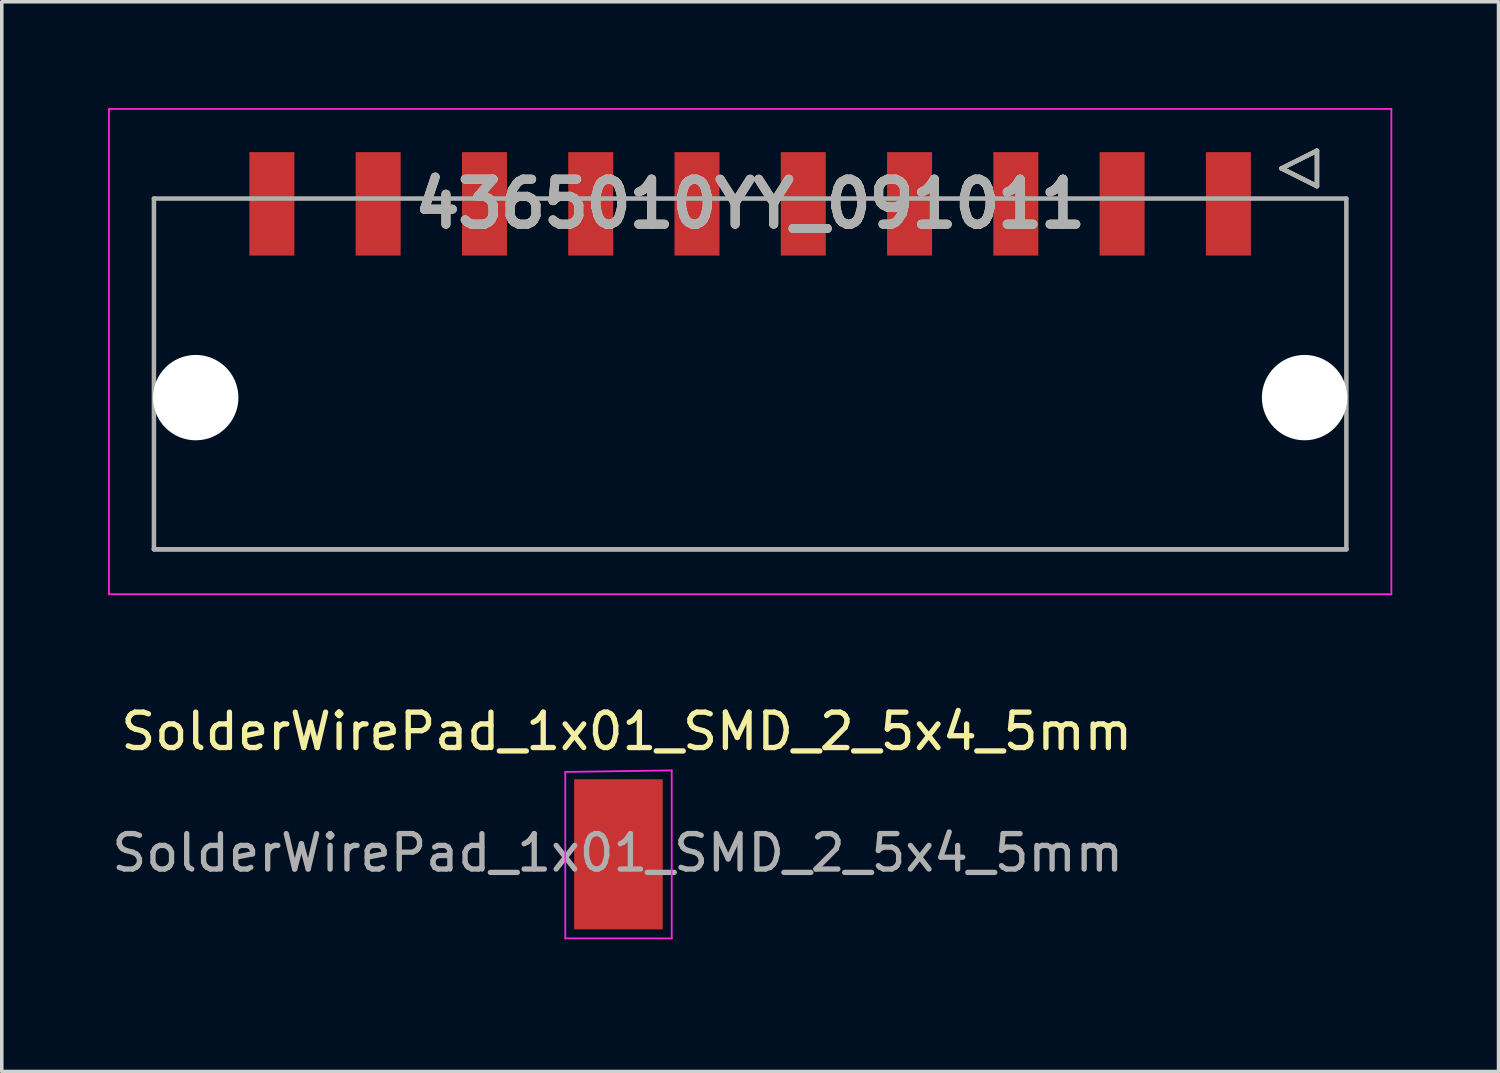
<source format=kicad_pcb>
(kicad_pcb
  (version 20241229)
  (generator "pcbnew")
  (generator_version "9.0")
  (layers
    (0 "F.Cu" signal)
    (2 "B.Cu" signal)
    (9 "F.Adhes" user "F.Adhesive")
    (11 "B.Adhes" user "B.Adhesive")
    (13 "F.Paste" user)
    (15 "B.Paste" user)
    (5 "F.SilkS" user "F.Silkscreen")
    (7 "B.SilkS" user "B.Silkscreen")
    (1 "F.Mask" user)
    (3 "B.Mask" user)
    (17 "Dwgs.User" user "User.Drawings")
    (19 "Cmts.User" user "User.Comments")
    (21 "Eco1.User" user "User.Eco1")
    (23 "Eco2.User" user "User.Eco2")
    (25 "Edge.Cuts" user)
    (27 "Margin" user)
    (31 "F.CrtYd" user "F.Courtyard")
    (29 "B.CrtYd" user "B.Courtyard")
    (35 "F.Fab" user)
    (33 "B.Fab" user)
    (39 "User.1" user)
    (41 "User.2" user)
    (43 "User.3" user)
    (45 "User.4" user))
  (footprint "SolderWirePad_1x01_SMD_2_5x4_5mm"
    (layer "F.Cu")
    (at 15.657 23.947)
    (property "Reference" "SolderWirePad_1x01_SMD_2_5x4_5mm" (at -1.016 -6.35 0) (layer "F.SilkS") (effects (font (size 1 1) (thickness 0.15))))
    (attr smd exclude_from_pos_files exclude_from_bom)
    (fp_line (start -2.75 -5.207) (end -2.75 -0.508) (stroke (width 0.05) (type solid)) (layer "F.CrtYd"))
    (fp_line (start -2.75 -0.508) (end 0.254 -0.508) (stroke (width 0.05) (type solid)) (layer "F.CrtYd"))
    (fp_line (start 0.254 -5.25) (end -2.75 -5.207) (stroke (width 0.05) (type solid)) (layer "F.CrtYd"))
    (fp_line (start 0.254 -0.508) (end 0.254 -5.25) (stroke (width 0.05) (type solid)) (layer "F.CrtYd"))
    (fp_text user "${REFERENCE}" (at -1.27 -2.921 0) (layer "F.Fab") (effects (font (size 1 1) (thickness 0.15))))
    (pad "1" smd rect (at -1.25 -2.881) (size 2.5 4.238) (layers "F.Cu" "F.Mask" "F.Paste")))
  (footprint "4365010YY_091011"
    (layer "F.Cu")
    (at 18.125 2.704)
    (property "Reference" "4365010YY_091011" (at 0 0 0) (layer "F.SilkS") (effects (font (size 1.27 1.27) (thickness 0.254))))
    (attr through_hole)
    (fp_line (start 15 -1) (end 16 -1.5) (stroke (width 0.127) (type solid)) (layer "F.SilkS"))
    (fp_line (start 16 -1.5) (end 16 -0.5) (stroke (width 0.127) (type solid)) (layer "F.SilkS"))
    (fp_line (start 16 -0.5) (end 15 -1) (stroke (width 0.127) (type solid)) (layer "F.SilkS"))
    (fp_line (start 16.83 9.75) (end -16.83 9.75) (stroke (width 0.127) (type solid)) (layer "F.SilkS"))
    (fp_line (start -18.1 -2.679) (end 18.1 -2.679) (stroke (width 0.05) (type solid)) (layer "F.CrtYd"))
    (fp_line (start -18.1 11.02) (end -18.1 -2.679) (stroke (width 0.05) (type solid)) (layer "F.CrtYd"))
    (fp_line (start 18.1 -2.679) (end 18.1 11.02) (stroke (width 0.05) (type solid)) (layer "F.CrtYd"))
    (fp_line (start 18.1 11.02) (end -18.1 11.02) (stroke (width 0.05) (type solid)) (layer "F.CrtYd"))
    (fp_line (start -16.83 -0.15) (end 16.83 -0.15) (stroke (width 0.127) (type solid)) (layer "F.Fab"))
    (fp_line (start -16.83 9.75) (end -16.83 -0.15) (stroke (width 0.127) (type solid)) (layer "F.Fab"))
    (fp_line (start 15 -1) (end 16 -1.5) (stroke (width 0.127) (type solid)) (layer "F.Fab"))
    (fp_line (start 16 -1.5) (end 16 -0.5) (stroke (width 0.127) (type solid)) (layer "F.Fab"))
    (fp_line (start 16 -0.5) (end 15 -1) (stroke (width 0.127) (type solid)) (layer "F.Fab"))
    (fp_line (start 16.83 -0.15) (end 16.83 9.75) (stroke (width 0.127) (type solid)) (layer "F.Fab"))
    (fp_line (start 16.83 9.75) (end -16.83 9.75) (stroke (width 0.127) (type solid)) (layer "F.Fab"))
    (fp_text user "${REFERENCE}" (at 0 0 0) (layer "F.Fab") (effects (font (size 1.27 1.27) (thickness 0.254))))
    (pad "" np_thru_hole circle (at -15.65 5.47) (size 2.41 2.41) (drill 2.41) (layers "*.Cu" "*.Mask"))
    (pad "" np_thru_hole circle (at 15.65 5.47) (size 2.41 2.41) (drill 2.41) (layers "*.Cu" "*.Mask"))
    (pad "1" smd rect (at 13.5 0) (size 1.27 2.92) (layers "F.Cu" "F.Mask" "F.Paste"))
    (pad "2" smd rect (at 10.5 0) (size 1.27 2.92) (layers "F.Cu" "F.Mask" "F.Paste"))
    (pad "3" smd rect (at 7.5 0) (size 1.27 2.92) (layers "F.Cu" "F.Mask" "F.Paste"))
    (pad "4" smd rect (at 4.5 0) (size 1.27 2.92) (layers "F.Cu" "F.Mask" "F.Paste"))
    (pad "5" smd rect (at 1.5 0) (size 1.27 2.92) (layers "F.Cu" "F.Mask" "F.Paste"))
    (pad "6" smd rect (at -1.5 0) (size 1.27 2.92) (layers "F.Cu" "F.Mask" "F.Paste"))
    (pad "7" smd rect (at -4.5 0) (size 1.27 2.92) (layers "F.Cu" "F.Mask" "F.Paste"))
    (pad "8" smd rect (at -7.5 0) (size 1.27 2.92) (layers "F.Cu" "F.Mask" "F.Paste"))
    (pad "9" smd rect (at -10.5 0) (size 1.27 2.92) (layers "F.Cu" "F.Mask" "F.Paste"))
    (pad "10" smd rect (at -13.5 0) (size 1.27 2.92) (layers "F.Cu" "F.Mask" "F.Paste")))
  (gr_rect
    (start -3 -3)
    (end 39.25 27.197)
    (stroke (width 0.1) (type default))
    (fill no)
    (layer "Edge.Cuts")))
</source>
